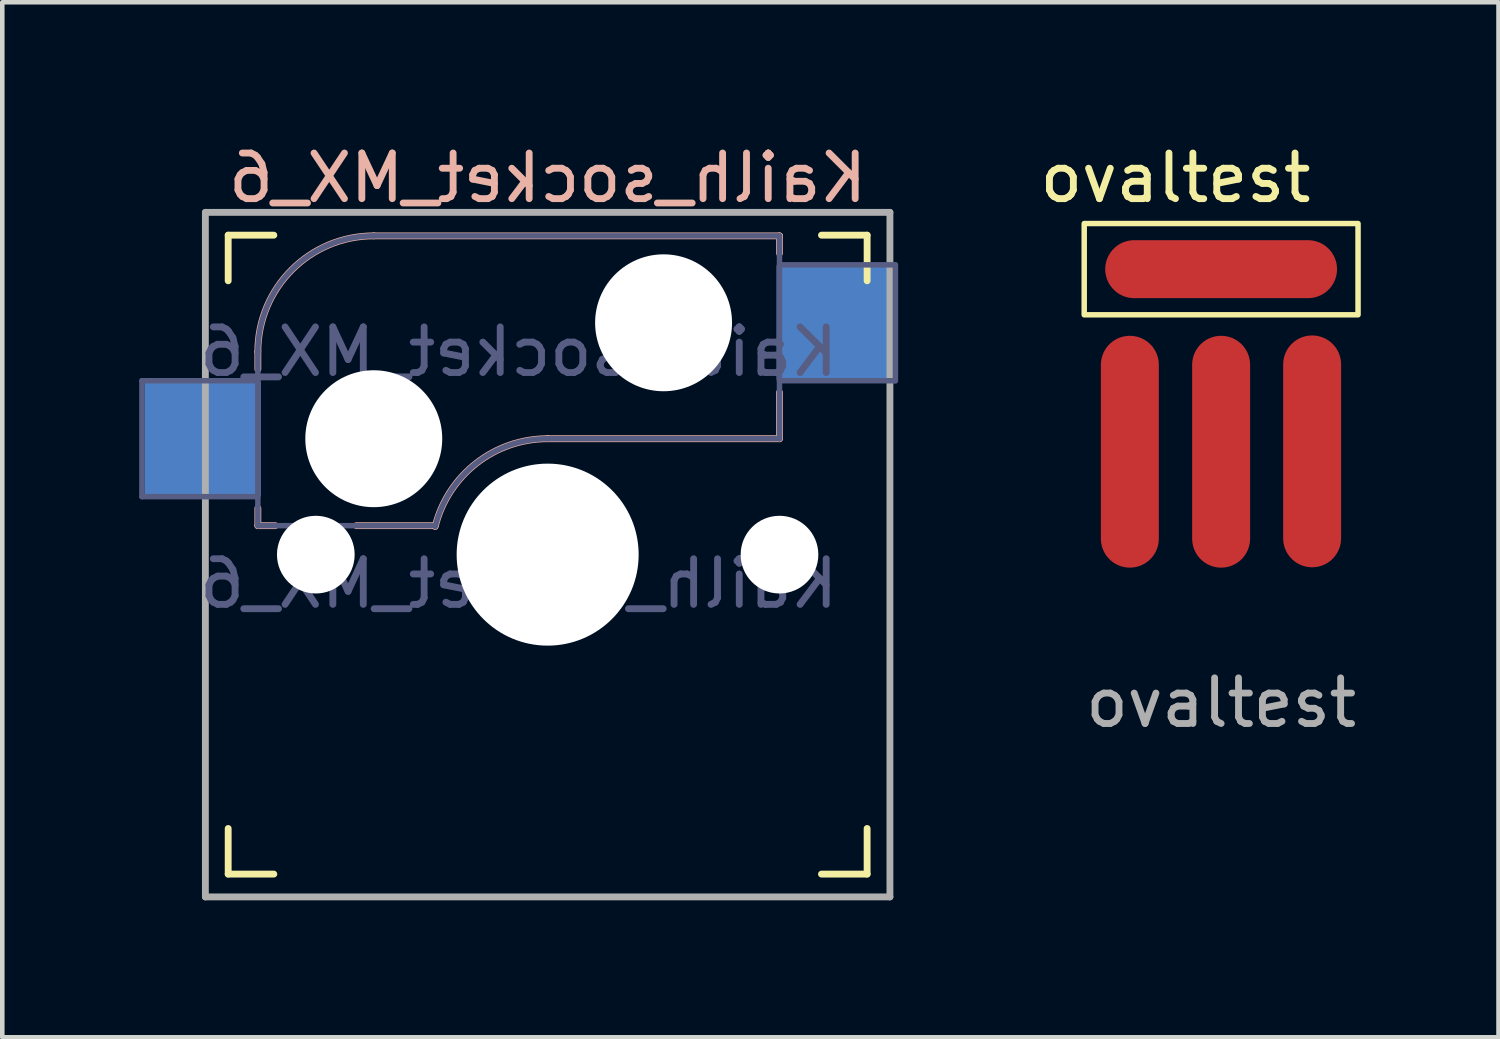
<source format=kicad_pcb>
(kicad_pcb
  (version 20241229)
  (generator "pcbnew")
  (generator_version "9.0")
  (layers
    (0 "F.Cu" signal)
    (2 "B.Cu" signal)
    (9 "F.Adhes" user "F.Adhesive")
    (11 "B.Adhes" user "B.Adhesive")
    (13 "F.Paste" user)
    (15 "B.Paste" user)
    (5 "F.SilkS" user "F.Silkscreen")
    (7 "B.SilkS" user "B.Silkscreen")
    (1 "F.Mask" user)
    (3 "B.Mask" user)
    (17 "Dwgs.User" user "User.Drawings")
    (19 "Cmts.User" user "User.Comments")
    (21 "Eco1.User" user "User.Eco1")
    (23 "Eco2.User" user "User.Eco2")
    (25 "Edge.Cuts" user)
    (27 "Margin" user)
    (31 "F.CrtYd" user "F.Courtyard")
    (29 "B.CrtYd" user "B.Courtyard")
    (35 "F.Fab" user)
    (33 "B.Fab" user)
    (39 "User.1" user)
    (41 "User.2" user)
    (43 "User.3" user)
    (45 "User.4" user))
  (footprint "Kailh_socket_MX_6"
    (layer "F.Cu")
    (at 8.95 9.103)
    (property "Reference" "Kailh_socket_MX_6" (at 0 -8.255 0) (layer "B.SilkS") (effects (font (size 1 1) (thickness 0.15)) (justify mirror)))
    (property "Value" "Kailh_socket_MX_6" (at 0 8.255 0) (layer "F.Fab") (hide yes) (effects (font (size 1 1) (thickness 0.15))))
    (attr smd)
    (fp_line (start -7 -6) (end -7 -7) (stroke (width 0.15) (type solid)) (layer "F.SilkS"))
    (fp_line (start -7 7) (end -7 6) (stroke (width 0.15) (type solid)) (layer "F.SilkS"))
    (fp_line (start -7 7) (end -6 7) (stroke (width 0.15) (type solid)) (layer "F.SilkS"))
    (fp_line (start -6 -7) (end -7 -7) (stroke (width 0.15) (type solid)) (layer "F.SilkS"))
    (fp_line (start 6 7) (end 7 7) (stroke (width 0.15) (type solid)) (layer "F.SilkS"))
    (fp_line (start 7 -7) (end 6 -7) (stroke (width 0.15) (type solid)) (layer "F.SilkS"))
    (fp_line (start 7 -7) (end 7 -6) (stroke (width 0.15) (type solid)) (layer "F.SilkS"))
    (fp_line (start 7 6) (end 7 7) (stroke (width 0.15) (type solid)) (layer "F.SilkS"))
    (fp_line (start -6.35 -4.445) (end -6.35 -4.064) (stroke (width 0.15) (type solid)) (layer "B.SilkS"))
    (fp_line (start -6.35 -1.016) (end -6.35 -0.635) (stroke (width 0.15) (type solid)) (layer "B.SilkS"))
    (fp_line (start -5.969 -0.635) (end -6.35 -0.635) (stroke (width 0.15) (type solid)) (layer "B.SilkS"))
    (fp_line (start -3.81 -6.985) (end 5.08 -6.985) (stroke (width 0.15) (type solid)) (layer "B.SilkS"))
    (fp_line (start -2.464 -0.635) (end -4.191 -0.635) (stroke (width 0.15) (type solid)) (layer "B.SilkS"))
    (fp_line (start 5.08 -6.985) (end 5.08 -6.604) (stroke (width 0.15) (type solid)) (layer "B.SilkS"))
    (fp_line (start 5.08 -3.556) (end 5.08 -2.54) (stroke (width 0.15) (type solid)) (layer "B.SilkS"))
    (fp_line (start 5.08 -2.54) (end 0 -2.54) (stroke (width 0.15) (type solid)) (layer "B.SilkS"))
    (fp_arc (start -6.35 -4.445) (mid -5.606051 -6.241051) (end -3.81 -6.985) (stroke (width 0.15) (type solid)) (layer "B.SilkS"))
    (fp_arc (start -2.464162 -0.61604) (mid -1.563147 -2.002042) (end 0 -2.54) (stroke (width 0.15) (type solid)) (layer "B.SilkS"))
    (fp_line (start -6.9 6.9) (end -6.9 -6.9) (stroke (width 0.15) (type solid)) (layer "Eco2.User"))
    (fp_line (start -6.9 6.9) (end 6.9 6.9) (stroke (width 0.15) (type solid)) (layer "Eco2.User"))
    (fp_line (start 6.9 -6.9) (end -6.9 -6.9) (stroke (width 0.15) (type solid)) (layer "Eco2.User"))
    (fp_line (start 6.9 -6.9) (end 6.9 6.9) (stroke (width 0.15) (type solid)) (layer "Eco2.User"))
    (fp_line (start -8.89 -3.81) (end -6.35 -3.81) (stroke (width 0.12) (type solid)) (layer "B.Fab"))
    (fp_line (start -8.89 -1.27) (end -8.89 -3.81) (stroke (width 0.12) (type solid)) (layer "B.Fab"))
    (fp_line (start -6.35 -1.27) (end -8.89 -1.27) (stroke (width 0.12) (type solid)) (layer "B.Fab"))
    (fp_line (start -6.35 -0.635) (end -6.35 -4.445) (stroke (width 0.12) (type solid)) (layer "B.Fab"))
    (fp_line (start -6.35 -0.635) (end -2.54 -0.635) (stroke (width 0.12) (type solid)) (layer "B.Fab"))
    (fp_line (start -3.81 -6.985) (end 5.08 -6.985) (stroke (width 0.12) (type solid)) (layer "B.Fab"))
    (fp_line (start 5.08 -6.985) (end 5.08 -2.54) (stroke (width 0.12) (type solid)) (layer "B.Fab"))
    (fp_line (start 5.08 -6.35) (end 7.62 -6.35) (stroke (width 0.12) (type solid)) (layer "B.Fab"))
    (fp_line (start 5.08 -2.54) (end 0 -2.54) (stroke (width 0.12) (type solid)) (layer "B.Fab"))
    (fp_line (start 7.62 -6.35) (end 7.62 -3.81) (stroke (width 0.12) (type solid)) (layer "B.Fab"))
    (fp_line (start 7.62 -3.81) (end 5.08 -3.81) (stroke (width 0.12) (type solid)) (layer "B.Fab"))
    (fp_arc (start -6.35 -4.445) (mid -5.606051 -6.241051) (end -3.81 -6.985) (stroke (width 0.12) (type solid)) (layer "B.Fab"))
    (fp_arc (start -2.464162 -0.61604) (mid -1.563147 -2.002042) (end 0 -2.54) (stroke (width 0.12) (type solid)) (layer "B.Fab"))
    (fp_line (start -7.5 -7.5) (end 7.5 -7.5) (stroke (width 0.15) (type solid)) (layer "F.Fab"))
    (fp_line (start -7.5 7.5) (end -7.5 -7.5) (stroke (width 0.15) (type solid)) (layer "F.Fab"))
    (fp_line (start 7.5 -7.5) (end 7.5 7.5) (stroke (width 0.15) (type solid)) (layer "F.Fab"))
    (fp_line (start 7.5 7.5) (end -7.5 7.5) (stroke (width 0.15) (type solid)) (layer "F.Fab"))
    (fp_text user "${VALUE}" (at -0.635 0.635 0) (layer "B.Fab") (effects (font (size 1 1) (thickness 0.15)) (justify mirror)))
    (fp_text user "${REFERENCE}" (at -0.635 -4.445 0) (layer "B.Fab") (effects (font (size 1 1) (thickness 0.15)) (justify mirror)))
    (pad "" np_thru_hole circle (at -5.08 0) (size 1.702 1.702) (drill 1.702) (layers "*.Cu" "*.Mask"))
    (pad "" np_thru_hole circle (at -3.81 -2.54) (size 3 3) (drill 3) (layers "*.Cu" "*.Mask"))
    (pad "" np_thru_hole circle (at 0 0) (size 3.988 3.988) (drill 3.988) (layers "*.Cu" "*.Mask"))
    (pad "" np_thru_hole circle (at 2.54 -5.08) (size 3 3) (drill 3) (layers "*.Cu" "*.Mask"))
    (pad "" np_thru_hole circle (at 5.08 0) (size 1.702 1.702) (drill 1.702) (layers "*.Cu" "*.Mask"))
    (pad "1" smd rect (at 6.29 -5.08) (size 2.55 2.5) (layers "B.Cu" "B.Mask" "B.Paste"))
    (pad "2" smd rect (at -7.56 -2.54) (size 2.55 2.5) (layers "B.Cu" "B.Mask" "B.Paste")))
  (footprint "ovaltest"
    (layer "F.Cu")
    (at 23.707 9.848)
    (property "Reference" "ovaltest" (at -1 -9 0) (unlocked yes) (layer "F.SilkS") (effects (font (size 1 1) (thickness 0.15))))
    (attr smd)
    (fp_rect (start -3 -6) (end 3 -8) (stroke (width 0.12) (type solid)) (fill no) (layer "F.SilkS"))
    (fp_text user "${REFERENCE}" (at 0 2.5 0) (unlocked yes) (layer "F.Fab") (effects (font (size 1 1) (thickness 0.15))))
    (pad "1" smd oval (at -2 -3 270) (size 5.08 1.27) (layers "F.Cu" "F.Mask" "F.Paste"))
    (pad "1" smd oval (at 0 -7) (size 5.08 1.27) (layers "F.Cu" "F.Mask" "F.Paste"))
    (pad "1" smd oval (at 0 -3 270) (size 5.08 1.27) (layers "F.Cu" "F.Mask" "F.Paste"))
    (pad "1" smd oval (at 1.994 -3.008 270) (size 5.08 1.27) (layers "F.Cu" "F.Mask" "F.Paste")))
  (gr_rect
    (start -3 -3)
    (end 29.785 19.678)
    (stroke (width 0.1) (type default))
    (fill no)
    (layer "Edge.Cuts")))
</source>
